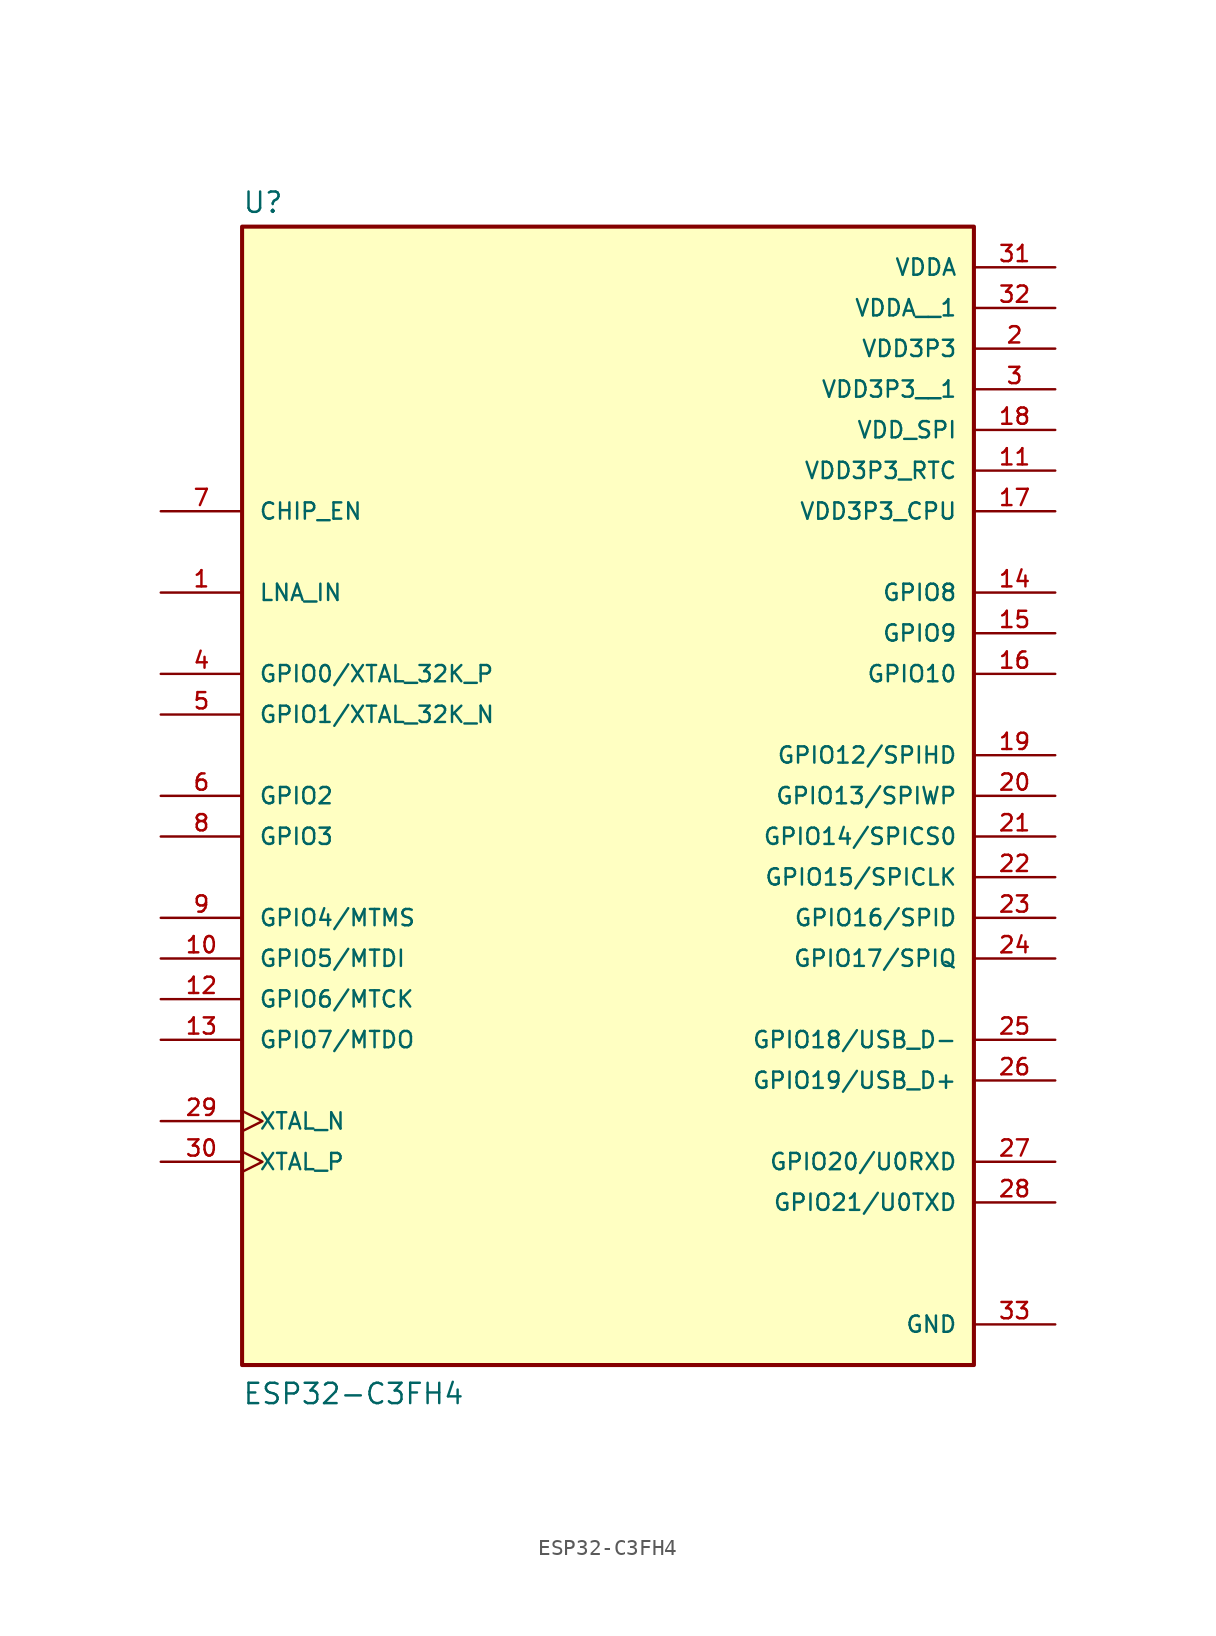
<source format=kicad_sym>
(kicad_symbol_lib
  (version 20211014)
  (generator kicad_symbol_editor)
  (symbol "ESP32-C3FH4"
    (pin_names
      (offset 1.016))
    (property "Reference" "U"
      (at -22.86 33.782 0)
      (effects (font (size 1.27 1.27)) (justify bottom left)))
    (property "Value" "ESP32-C3FH4"
      (at -22.86 -40.64 0)
      (effects (font (size 1.27 1.27)) (justify bottom left)))
    (symbol "ESP32-C3FH4_0_0"
      (rectangle (start -22.86 -38.1) (end 22.86 33.02) (stroke (width 0.254)) (fill (type background)))
      (pin input line (at -27.94 10.16 0) (length 5.08) (name "LNA_IN" (effects (font (size 1.016 1.016)))) (number "1" (effects (font (size 1.016 1.016)))))
      (pin power_in line (at 27.94 25.4 180.0) (length 5.08) (name "VDD3P3" (effects (font (size 1.016 1.016)))) (number "2" (effects (font (size 1.016 1.016)))))
      (pin bidirectional line (at -27.94 5.08 0) (length 5.08) (name "GPIO0/XTAL_32K_P" (effects (font (size 1.016 1.016)))) (number "4" (effects (font (size 1.016 1.016)))))
      (pin bidirectional line (at -27.94 2.54 0) (length 5.08) (name "GPIO1/XTAL_32K_N" (effects (font (size 1.016 1.016)))) (number "5" (effects (font (size 1.016 1.016)))))
      (pin bidirectional line (at -27.94 -2.54 0) (length 5.08) (name "GPIO2" (effects (font (size 1.016 1.016)))) (number "6" (effects (font (size 1.016 1.016)))))
      (pin input line (at -27.94 15.24 0) (length 5.08) (name "CHIP_EN" (effects (font (size 1.016 1.016)))) (number "7" (effects (font (size 1.016 1.016)))))
      (pin bidirectional line (at -27.94 -5.08 0) (length 5.08) (name "GPIO3" (effects (font (size 1.016 1.016)))) (number "8" (effects (font (size 1.016 1.016)))))
      (pin bidirectional line (at -27.94 -10.16 0) (length 5.08) (name "GPIO4/MTMS" (effects (font (size 1.016 1.016)))) (number "9" (effects (font (size 1.016 1.016)))))
      (pin bidirectional line (at -27.94 -12.7 0) (length 5.08) (name "GPIO5/MTDI" (effects (font (size 1.016 1.016)))) (number "10" (effects (font (size 1.016 1.016)))))
      (pin power_in line (at 27.94 17.78 180.0) (length 5.08) (name "VDD3P3_RTC" (effects (font (size 1.016 1.016)))) (number "11" (effects (font (size 1.016 1.016)))))
      (pin bidirectional line (at -27.94 -15.24 0) (length 5.08) (name "GPIO6/MTCK" (effects (font (size 1.016 1.016)))) (number "12" (effects (font (size 1.016 1.016)))))
      (pin bidirectional line (at -27.94 -17.78 0) (length 5.08) (name "GPIO7/MTDO" (effects (font (size 1.016 1.016)))) (number "13" (effects (font (size 1.016 1.016)))))
      (pin bidirectional line (at 27.94 10.16 180.0) (length 5.08) (name "GPIO8" (effects (font (size 1.016 1.016)))) (number "14" (effects (font (size 1.016 1.016)))))
      (pin bidirectional line (at 27.94 7.62 180.0) (length 5.08) (name "GPIO9" (effects (font (size 1.016 1.016)))) (number "15" (effects (font (size 1.016 1.016)))))
      (pin bidirectional line (at 27.94 5.08 180.0) (length 5.08) (name "GPIO10" (effects (font (size 1.016 1.016)))) (number "16" (effects (font (size 1.016 1.016)))))
      (pin power_in line (at 27.94 15.24 180.0) (length 5.08) (name "VDD3P3_CPU" (effects (font (size 1.016 1.016)))) (number "17" (effects (font (size 1.016 1.016)))))
      (pin power_in line (at 27.94 20.32 180.0) (length 5.08) (name "VDD_SPI" (effects (font (size 1.016 1.016)))) (number "18" (effects (font (size 1.016 1.016)))))
      (pin bidirectional line (at 27.94 0.0 180.0) (length 5.08) (name "GPIO12/SPIHD" (effects (font (size 1.016 1.016)))) (number "19" (effects (font (size 1.016 1.016)))))
      (pin bidirectional line (at 27.94 -2.54 180.0) (length 5.08) (name "GPIO13/SPIWP" (effects (font (size 1.016 1.016)))) (number "20" (effects (font (size 1.016 1.016)))))
      (pin bidirectional line (at 27.94 -5.08 180.0) (length 5.08) (name "GPIO14/SPICS0" (effects (font (size 1.016 1.016)))) (number "21" (effects (font (size 1.016 1.016)))))
      (pin bidirectional line (at 27.94 -7.62 180.0) (length 5.08) (name "GPIO15/SPICLK" (effects (font (size 1.016 1.016)))) (number "22" (effects (font (size 1.016 1.016)))))
      (pin bidirectional line (at 27.94 -10.16 180.0) (length 5.08) (name "GPIO16/SPID" (effects (font (size 1.016 1.016)))) (number "23" (effects (font (size 1.016 1.016)))))
      (pin bidirectional line (at 27.94 -12.7 180.0) (length 5.08) (name "GPIO17/SPIQ" (effects (font (size 1.016 1.016)))) (number "24" (effects (font (size 1.016 1.016)))))
      (pin bidirectional line (at 27.94 -17.78 180.0) (length 5.08) (name "GPIO18/USB_D-" (effects (font (size 1.016 1.016)))) (number "25" (effects (font (size 1.016 1.016)))))
      (pin bidirectional line (at 27.94 -20.32 180.0) (length 5.08) (name "GPIO19/USB_D+" (effects (font (size 1.016 1.016)))) (number "26" (effects (font (size 1.016 1.016)))))
      (pin bidirectional line (at 27.94 -25.4 180.0) (length 5.08) (name "GPIO20/U0RXD" (effects (font (size 1.016 1.016)))) (number "27" (effects (font (size 1.016 1.016)))))
      (pin bidirectional line (at 27.94 -27.94 180.0) (length 5.08) (name "GPIO21/U0TXD" (effects (font (size 1.016 1.016)))) (number "28" (effects (font (size 1.016 1.016)))))
      (pin input clock (at -27.94 -22.86 0) (length 5.08) (name "XTAL_N" (effects (font (size 1.016 1.016)))) (number "29" (effects (font (size 1.016 1.016)))))
      (pin input clock (at -27.94 -25.4 0) (length 5.08) (name "XTAL_P" (effects (font (size 1.016 1.016)))) (number "30" (effects (font (size 1.016 1.016)))))
      (pin power_in line (at 27.94 30.48 180.0) (length 5.08) (name "VDDA" (effects (font (size 1.016 1.016)))) (number "31" (effects (font (size 1.016 1.016)))))
      (pin power_in line (at 27.94 -35.56 180.0) (length 5.08) (name "GND" (effects (font (size 1.016 1.016)))) (number "33" (effects (font (size 1.016 1.016)))))
      (pin power_in line (at 27.94 27.94 180.0) (length 5.08) (name "VDDA__1" (effects (font (size 1.016 1.016)))) (number "32" (effects (font (size 1.016 1.016)))))
      (pin power_in line (at 27.94 22.86 180.0) (length 5.08) (name "VDD3P3__1" (effects (font (size 1.016 1.016)))) (number "3" (effects (font (size 1.016 1.016))))))))
</source>
